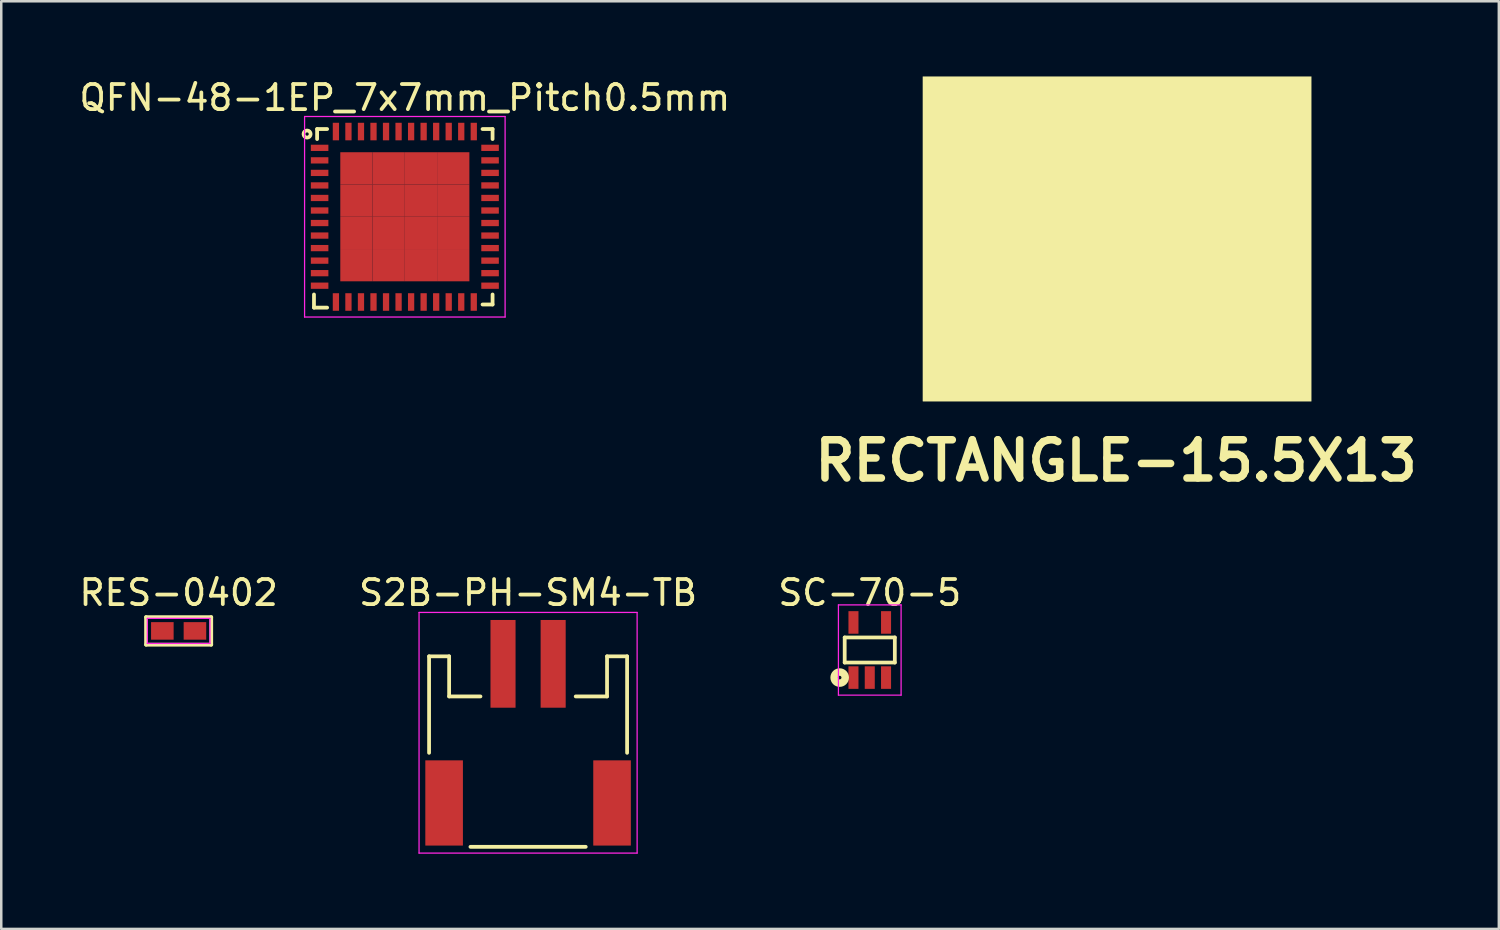
<source format=kicad_pcb>
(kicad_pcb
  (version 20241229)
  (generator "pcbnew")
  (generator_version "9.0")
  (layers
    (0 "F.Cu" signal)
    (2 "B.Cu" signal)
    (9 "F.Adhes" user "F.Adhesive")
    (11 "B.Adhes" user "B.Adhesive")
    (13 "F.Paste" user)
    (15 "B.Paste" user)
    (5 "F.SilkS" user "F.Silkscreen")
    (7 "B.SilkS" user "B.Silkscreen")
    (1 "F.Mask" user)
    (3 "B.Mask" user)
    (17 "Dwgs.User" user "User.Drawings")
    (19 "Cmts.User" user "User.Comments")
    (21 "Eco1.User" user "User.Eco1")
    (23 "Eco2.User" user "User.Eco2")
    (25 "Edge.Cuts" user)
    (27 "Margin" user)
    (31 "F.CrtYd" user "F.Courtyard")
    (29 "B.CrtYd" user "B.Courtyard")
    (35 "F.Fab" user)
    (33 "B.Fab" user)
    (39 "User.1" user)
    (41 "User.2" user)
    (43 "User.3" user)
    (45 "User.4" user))
  (footprint "QFN-48-1EP_7x7mm_Pitch0.5mm"
    (layer "F.Cu")
    (at 13.101 5.598)
    (property "Reference" "QFN-48-1EP_7x7mm_Pitch0.5mm" (at 0 -4.75 0) (layer "F.SilkS") (effects (font (size 1 1) (thickness 0.15))))
    (attr smd)
    (fp_line (start -3.625 3.625) (end -3.625 3.1) (stroke (width 0.15) (type solid)) (layer "F.SilkS"))
    (fp_line (start -3.625 3.625) (end -3.1 3.625) (stroke (width 0.15) (type solid)) (layer "F.SilkS"))
    (fp_line (start -3.5 -3.5) (end -3.5 -3.1) (stroke (width 0.15) (type solid)) (layer "F.SilkS"))
    (fp_line (start -3.5 -3.5) (end -3.1 -3.5) (stroke (width 0.15) (type solid)) (layer "F.SilkS"))
    (fp_line (start 3.5 -3.5) (end 3.1 -3.5) (stroke (width 0.15) (type solid)) (layer "F.SilkS"))
    (fp_line (start 3.5 -3.5) (end 3.5 -3.1) (stroke (width 0.15) (type solid)) (layer "F.SilkS"))
    (fp_line (start 3.5 3.5) (end 3.1 3.5) (stroke (width 0.15) (type solid)) (layer "F.SilkS"))
    (fp_line (start 3.5 3.5) (end 3.5 3.1) (stroke (width 0.15) (type solid)) (layer "F.SilkS"))
    (fp_circle (center -3.9 -3.3) (end -4 -3.2) (stroke (width 0.15) (type solid)) (fill no) (layer "F.SilkS"))
    (fp_line (start -4 -4) (end -4 4) (stroke (width 0.05) (type solid)) (layer "F.CrtYd"))
    (fp_line (start -4 -4) (end 4 -4) (stroke (width 0.05) (type solid)) (layer "F.CrtYd"))
    (fp_line (start -4 4) (end 4 4) (stroke (width 0.05) (type solid)) (layer "F.CrtYd"))
    (fp_line (start 4 -4) (end 4 4) (stroke (width 0.05) (type solid)) (layer "F.CrtYd"))
    (pad "1" smd rect (at -3.4 -2.75) (size 0.7 0.25) (layers "F.Cu" "F.Mask" "F.Paste"))
    (pad "2" smd rect (at -3.4 -2.25) (size 0.7 0.25) (layers "F.Cu" "F.Mask" "F.Paste"))
    (pad "3" smd rect (at -3.4 -1.75) (size 0.7 0.25) (layers "F.Cu" "F.Mask" "F.Paste"))
    (pad "4" smd rect (at -3.4 -1.25) (size 0.7 0.25) (layers "F.Cu" "F.Mask" "F.Paste"))
    (pad "5" smd rect (at -3.4 -0.75) (size 0.7 0.25) (layers "F.Cu" "F.Mask" "F.Paste"))
    (pad "6" smd rect (at -3.4 -0.25) (size 0.7 0.25) (layers "F.Cu" "F.Mask" "F.Paste"))
    (pad "7" smd rect (at -3.4 0.25) (size 0.7 0.25) (layers "F.Cu" "F.Mask" "F.Paste"))
    (pad "8" smd rect (at -3.4 0.75) (size 0.7 0.25) (layers "F.Cu" "F.Mask" "F.Paste"))
    (pad "9" smd rect (at -3.4 1.25) (size 0.7 0.25) (layers "F.Cu" "F.Mask" "F.Paste"))
    (pad "10" smd rect (at -3.4 1.75) (size 0.7 0.25) (layers "F.Cu" "F.Mask" "F.Paste"))
    (pad "11" smd rect (at -3.4 2.25) (size 0.7 0.25) (layers "F.Cu" "F.Mask" "F.Paste"))
    (pad "12" smd rect (at -3.4 2.75) (size 0.7 0.25) (layers "F.Cu" "F.Mask" "F.Paste"))
    (pad "13" smd rect (at -2.75 3.4 90) (size 0.7 0.25) (layers "F.Cu" "F.Mask" "F.Paste"))
    (pad "14" smd rect (at -2.25 3.4 90) (size 0.7 0.25) (layers "F.Cu" "F.Mask" "F.Paste"))
    (pad "15" smd rect (at -1.75 3.4 90) (size 0.7 0.25) (layers "F.Cu" "F.Mask" "F.Paste"))
    (pad "16" smd rect (at -1.25 3.4 90) (size 0.7 0.25) (layers "F.Cu" "F.Mask" "F.Paste"))
    (pad "17" smd rect (at -0.75 3.4 90) (size 0.7 0.25) (layers "F.Cu" "F.Mask" "F.Paste"))
    (pad "18" smd rect (at -0.25 3.4 90) (size 0.7 0.25) (layers "F.Cu" "F.Mask" "F.Paste"))
    (pad "19" smd rect (at 0.25 3.4 90) (size 0.7 0.25) (layers "F.Cu" "F.Mask" "F.Paste"))
    (pad "20" smd rect (at 0.75 3.4 90) (size 0.7 0.25) (layers "F.Cu" "F.Mask" "F.Paste"))
    (pad "21" smd rect (at 1.25 3.4 90) (size 0.7 0.25) (layers "F.Cu" "F.Mask" "F.Paste"))
    (pad "22" smd rect (at 1.75 3.4 90) (size 0.7 0.25) (layers "F.Cu" "F.Mask" "F.Paste"))
    (pad "23" smd rect (at 2.25 3.4 90) (size 0.7 0.25) (layers "F.Cu" "F.Mask" "F.Paste"))
    (pad "24" smd rect (at 2.75 3.4 90) (size 0.7 0.25) (layers "F.Cu" "F.Mask" "F.Paste"))
    (pad "25" smd rect (at 3.4 2.75) (size 0.7 0.25) (layers "F.Cu" "F.Mask" "F.Paste"))
    (pad "26" smd rect (at 3.4 2.25) (size 0.7 0.25) (layers "F.Cu" "F.Mask" "F.Paste"))
    (pad "27" smd rect (at 3.4 1.75) (size 0.7 0.25) (layers "F.Cu" "F.Mask" "F.Paste"))
    (pad "28" smd rect (at 3.4 1.25) (size 0.7 0.25) (layers "F.Cu" "F.Mask" "F.Paste"))
    (pad "29" smd rect (at 3.4 0.75) (size 0.7 0.25) (layers "F.Cu" "F.Mask" "F.Paste"))
    (pad "30" smd rect (at 3.4 0.25) (size 0.7 0.25) (layers "F.Cu" "F.Mask" "F.Paste"))
    (pad "31" smd rect (at 3.4 -0.25) (size 0.7 0.25) (layers "F.Cu" "F.Mask" "F.Paste"))
    (pad "32" smd rect (at 3.4 -0.75) (size 0.7 0.25) (layers "F.Cu" "F.Mask" "F.Paste"))
    (pad "33" smd rect (at 3.4 -1.25) (size 0.7 0.25) (layers "F.Cu" "F.Mask" "F.Paste"))
    (pad "34" smd rect (at 3.4 -1.75) (size 0.7 0.25) (layers "F.Cu" "F.Mask" "F.Paste"))
    (pad "35" smd rect (at 3.4 -2.25) (size 0.7 0.25) (layers "F.Cu" "F.Mask" "F.Paste"))
    (pad "36" smd rect (at 3.4 -2.75) (size 0.7 0.25) (layers "F.Cu" "F.Mask" "F.Paste"))
    (pad "37" smd rect (at 2.75 -3.4 90) (size 0.7 0.25) (layers "F.Cu" "F.Mask" "F.Paste"))
    (pad "38" smd rect (at 2.25 -3.4 90) (size 0.7 0.25) (layers "F.Cu" "F.Mask" "F.Paste"))
    (pad "39" smd rect (at 1.75 -3.4 90) (size 0.7 0.25) (layers "F.Cu" "F.Mask" "F.Paste"))
    (pad "40" smd rect (at 1.25 -3.4 90) (size 0.7 0.25) (layers "F.Cu" "F.Mask" "F.Paste"))
    (pad "41" smd rect (at 0.75 -3.4 90) (size 0.7 0.25) (layers "F.Cu" "F.Mask" "F.Paste"))
    (pad "42" smd rect (at 0.25 -3.4 90) (size 0.7 0.25) (layers "F.Cu" "F.Mask" "F.Paste"))
    (pad "43" smd rect (at -0.25 -3.4 90) (size 0.7 0.25) (layers "F.Cu" "F.Mask" "F.Paste"))
    (pad "44" smd rect (at -0.75 -3.4 90) (size 0.7 0.25) (layers "F.Cu" "F.Mask" "F.Paste"))
    (pad "45" smd rect (at -1.25 -3.4 90) (size 0.7 0.25) (layers "F.Cu" "F.Mask" "F.Paste"))
    (pad "46" smd rect (at -1.75 -3.4 90) (size 0.7 0.25) (layers "F.Cu" "F.Mask" "F.Paste"))
    (pad "47" smd rect (at -2.25 -3.4 90) (size 0.7 0.25) (layers "F.Cu" "F.Mask" "F.Paste"))
    (pad "48" smd rect (at -2.75 -3.4 90) (size 0.7 0.25) (layers "F.Cu" "F.Mask" "F.Paste"))
    (pad "49" smd rect (at -1.931 -1.931) (size 1.288 1.288) (layers "F.Cu" "F.Mask" "F.Paste"))
    (pad "49" smd rect (at -1.931 -0.644) (size 1.288 1.288) (layers "F.Cu" "F.Mask" "F.Paste"))
    (pad "49" smd rect (at -1.931 0.644) (size 1.288 1.288) (layers "F.Cu" "F.Mask" "F.Paste"))
    (pad "49" smd rect (at -1.931 1.931) (size 1.288 1.288) (layers "F.Cu" "F.Mask" "F.Paste"))
    (pad "49" smd rect (at -0.644 -1.931) (size 1.288 1.288) (layers "F.Cu" "F.Mask" "F.Paste"))
    (pad "49" smd rect (at -0.644 -0.644) (size 1.288 1.288) (layers "F.Cu" "F.Mask" "F.Paste"))
    (pad "49" smd rect (at -0.644 0.644) (size 1.288 1.288) (layers "F.Cu" "F.Mask" "F.Paste"))
    (pad "49" smd rect (at -0.644 1.931) (size 1.288 1.288) (layers "F.Cu" "F.Mask" "F.Paste"))
    (pad "49" smd rect (at 0.644 -1.931) (size 1.288 1.288) (layers "F.Cu" "F.Mask" "F.Paste"))
    (pad "49" smd rect (at 0.644 -0.644) (size 1.288 1.288) (layers "F.Cu" "F.Mask" "F.Paste"))
    (pad "49" smd rect (at 0.644 0.644) (size 1.288 1.288) (layers "F.Cu" "F.Mask" "F.Paste"))
    (pad "49" smd rect (at 0.644 1.931) (size 1.288 1.288) (layers "F.Cu" "F.Mask" "F.Paste"))
    (pad "49" smd rect (at 1.931 -1.931) (size 1.288 1.288) (layers "F.Cu" "F.Mask" "F.Paste"))
    (pad "49" smd rect (at 1.931 -0.644) (size 1.288 1.288) (layers "F.Cu" "F.Mask" "F.Paste"))
    (pad "49" smd rect (at 1.931 0.644) (size 1.288 1.288) (layers "F.Cu" "F.Mask" "F.Paste"))
    (pad "49" smd rect (at 1.931 1.931) (size 1.288 1.288) (layers "F.Cu" "F.Mask" "F.Paste")))
  (footprint "SC-70-5"
    (layer "F.Cu")
    (at 31.649 22.882)
    (property "Reference" "SC-70-5" (at 0 -2.286 0) (layer "F.SilkS") (effects (font (size 1 1) (thickness 0.15))))
    (attr through_hole)
    (fp_line (start -1 -0.5) (end -1 0.5) (stroke (width 0.15) (type solid)) (layer "F.SilkS"))
    (fp_line (start -1 0.5) (end 1 0.5) (stroke (width 0.15) (type solid)) (layer "F.SilkS"))
    (fp_line (start 1 -0.5) (end -1 -0.5) (stroke (width 0.15) (type solid)) (layer "F.SilkS"))
    (fp_line (start 1 0.5) (end 1 -0.5) (stroke (width 0.15) (type solid)) (layer "F.SilkS"))
    (fp_circle (center -1.2 1.1) (end -1.25 1.15) (stroke (width 0.3) (type solid)) (fill no) (layer "F.SilkS"))
    (fp_line (start -1.25 -1.8) (end -1.25 1.8) (stroke (width 0.05) (type solid)) (layer "F.CrtYd"))
    (fp_line (start -1.25 1.8) (end 1.25 1.8) (stroke (width 0.05) (type solid)) (layer "F.CrtYd"))
    (fp_line (start 1.25 -1.8) (end -1.25 -1.8) (stroke (width 0.05) (type solid)) (layer "F.CrtYd"))
    (fp_line (start 1.25 1.8) (end 1.25 -1.8) (stroke (width 0.05) (type solid)) (layer "F.CrtYd"))
    (pad "1" smd rect (at -0.65 1.1) (size 0.4 0.9) (layers "F.Cu" "F.Mask" "F.Paste"))
    (pad "2" smd rect (at 0 1.1) (size 0.4 0.9) (layers "F.Cu" "F.Mask" "F.Paste"))
    (pad "3" smd rect (at 0.65 1.1) (size 0.4 0.9) (layers "F.Cu" "F.Mask" "F.Paste"))
    (pad "4" smd rect (at 0.65 -1.1) (size 0.4 0.9) (layers "F.Cu" "F.Mask" "F.Paste"))
    (pad "5" smd rect (at -0.65 -1.1) (size 0.4 0.9) (layers "F.Cu" "F.Mask" "F.Paste")))
  (footprint "RES-0402"
    (layer "F.Cu")
    (at 4.077 22.12)
    (property "Reference" "RES-0402" (at 0 -1.524 0) (layer "F.SilkS") (effects (font (size 1 1) (thickness 0.15))))
    (attr through_hole)
    (fp_line (start -1.3 -0.55) (end 1.3 -0.55) (stroke (width 0.15) (type solid)) (layer "F.SilkS"))
    (fp_line (start -1.3 0.55) (end -1.3 -0.55) (stroke (width 0.15) (type solid)) (layer "F.SilkS"))
    (fp_line (start 1.3 -0.55) (end 1.3 0.55) (stroke (width 0.15) (type solid)) (layer "F.SilkS"))
    (fp_line (start 1.3 0.55) (end -1.3 0.55) (stroke (width 0.15) (type solid)) (layer "F.SilkS"))
    (fp_line (start -1.25 -0.5) (end 1.25 -0.5) (stroke (width 0.05) (type solid)) (layer "F.CrtYd"))
    (fp_line (start -1.25 0.5) (end -1.25 -0.5) (stroke (width 0.05) (type solid)) (layer "F.CrtYd"))
    (fp_line (start 1.25 -0.5) (end 1.25 0.5) (stroke (width 0.05) (type solid)) (layer "F.CrtYd"))
    (fp_line (start 1.25 0.5) (end -1.25 0.5) (stroke (width 0.05) (type solid)) (layer "F.CrtYd"))
    (pad "1" smd rect (at -0.65 0) (size 0.9 0.7) (layers "F.Cu" "F.Mask" "F.Paste"))
    (pad "2" smd rect (at 0.65 0) (size 0.9 0.7) (layers "F.Cu" "F.Mask" "F.Paste")))
  (footprint "RECTANGLE-15.5X13"
    (layer "F.Cu")
    (at 41.474 6.44)
    (property "Reference" "RECTANGLE-15.5X13" (at 0 8.89 0) (layer "F.SilkS") (effects (font (size 1.524 1.524) (thickness 0.3))))
    (attr through_hole)
    (fp_poly (pts (xy 7.789 6.519) (xy -7.705 6.519) (xy -7.705 -6.435) (xy 7.789 -6.435) (xy 7.789 6.519)) (stroke (width 0.01) (type solid)) (fill yes) (layer "F.SilkS")))
  (footprint "S2B-PH-SM4-TB"
    (layer "F.Cu")
    (at 18.018 26.184)
    (property "Reference" "S2B-PH-SM4-TB" (at 0 -5.588 0) (layer "F.SilkS") (effects (font (size 1 1) (thickness 0.15))))
    (attr through_hole)
    (fp_line (start -3.95 -3.05) (end -3.95 0.8) (stroke (width 0.15) (type solid)) (layer "F.SilkS"))
    (fp_line (start -3.15 -3.05) (end -3.95 -3.05) (stroke (width 0.15) (type solid)) (layer "F.SilkS"))
    (fp_line (start -3.15 -1.45) (end -3.15 -3.05) (stroke (width 0.15) (type solid)) (layer "F.SilkS"))
    (fp_line (start -3.15 -1.45) (end -1.9 -1.45) (stroke (width 0.15) (type solid)) (layer "F.SilkS"))
    (fp_line (start -2.3 4.55) (end 2.3 4.55) (stroke (width 0.15) (type solid)) (layer "F.SilkS"))
    (fp_line (start 3.15 -3.05) (end 3.95 -3.05) (stroke (width 0.15) (type solid)) (layer "F.SilkS"))
    (fp_line (start 3.15 -1.45) (end 1.9 -1.45) (stroke (width 0.15) (type solid)) (layer "F.SilkS"))
    (fp_line (start 3.15 -1.45) (end 3.15 -3.05) (stroke (width 0.15) (type solid)) (layer "F.SilkS"))
    (fp_line (start 3.95 -3.05) (end 3.95 0.8) (stroke (width 0.15) (type solid)) (layer "F.SilkS"))
    (fp_line (start -4.35 -4.8) (end 4.35 -4.8) (stroke (width 0.05) (type solid)) (layer "F.CrtYd"))
    (fp_line (start -4.35 4.8) (end -4.35 -4.8) (stroke (width 0.05) (type solid)) (layer "F.CrtYd"))
    (fp_line (start -4.35 4.8) (end 4.35 4.8) (stroke (width 0.05) (type solid)) (layer "F.CrtYd"))
    (fp_line (start 4.35 -4.8) (end 4.35 4.8) (stroke (width 0.05) (type solid)) (layer "F.CrtYd"))
    (pad "1" smd rect (at -1 -2.75) (size 1 3.5) (layers "F.Cu" "F.Mask" "F.Paste"))
    (pad "2" smd rect (at 1 -2.75) (size 1 3.5) (layers "F.Cu" "F.Mask" "F.Paste"))
    (pad "3" smd rect (at -3.35 2.8) (size 1.5 3.4) (layers "F.Cu" "F.Mask" "F.Paste"))
    (pad "4" smd rect (at 3.35 2.8) (size 1.5 3.4) (layers "F.Cu" "F.Mask" "F.Paste")))
  (gr_rect
    (start -3 -3)
    (end 56.746 34.009)
    (stroke (width 0.1) (type default))
    (fill no)
    (layer "Edge.Cuts")))
</source>
